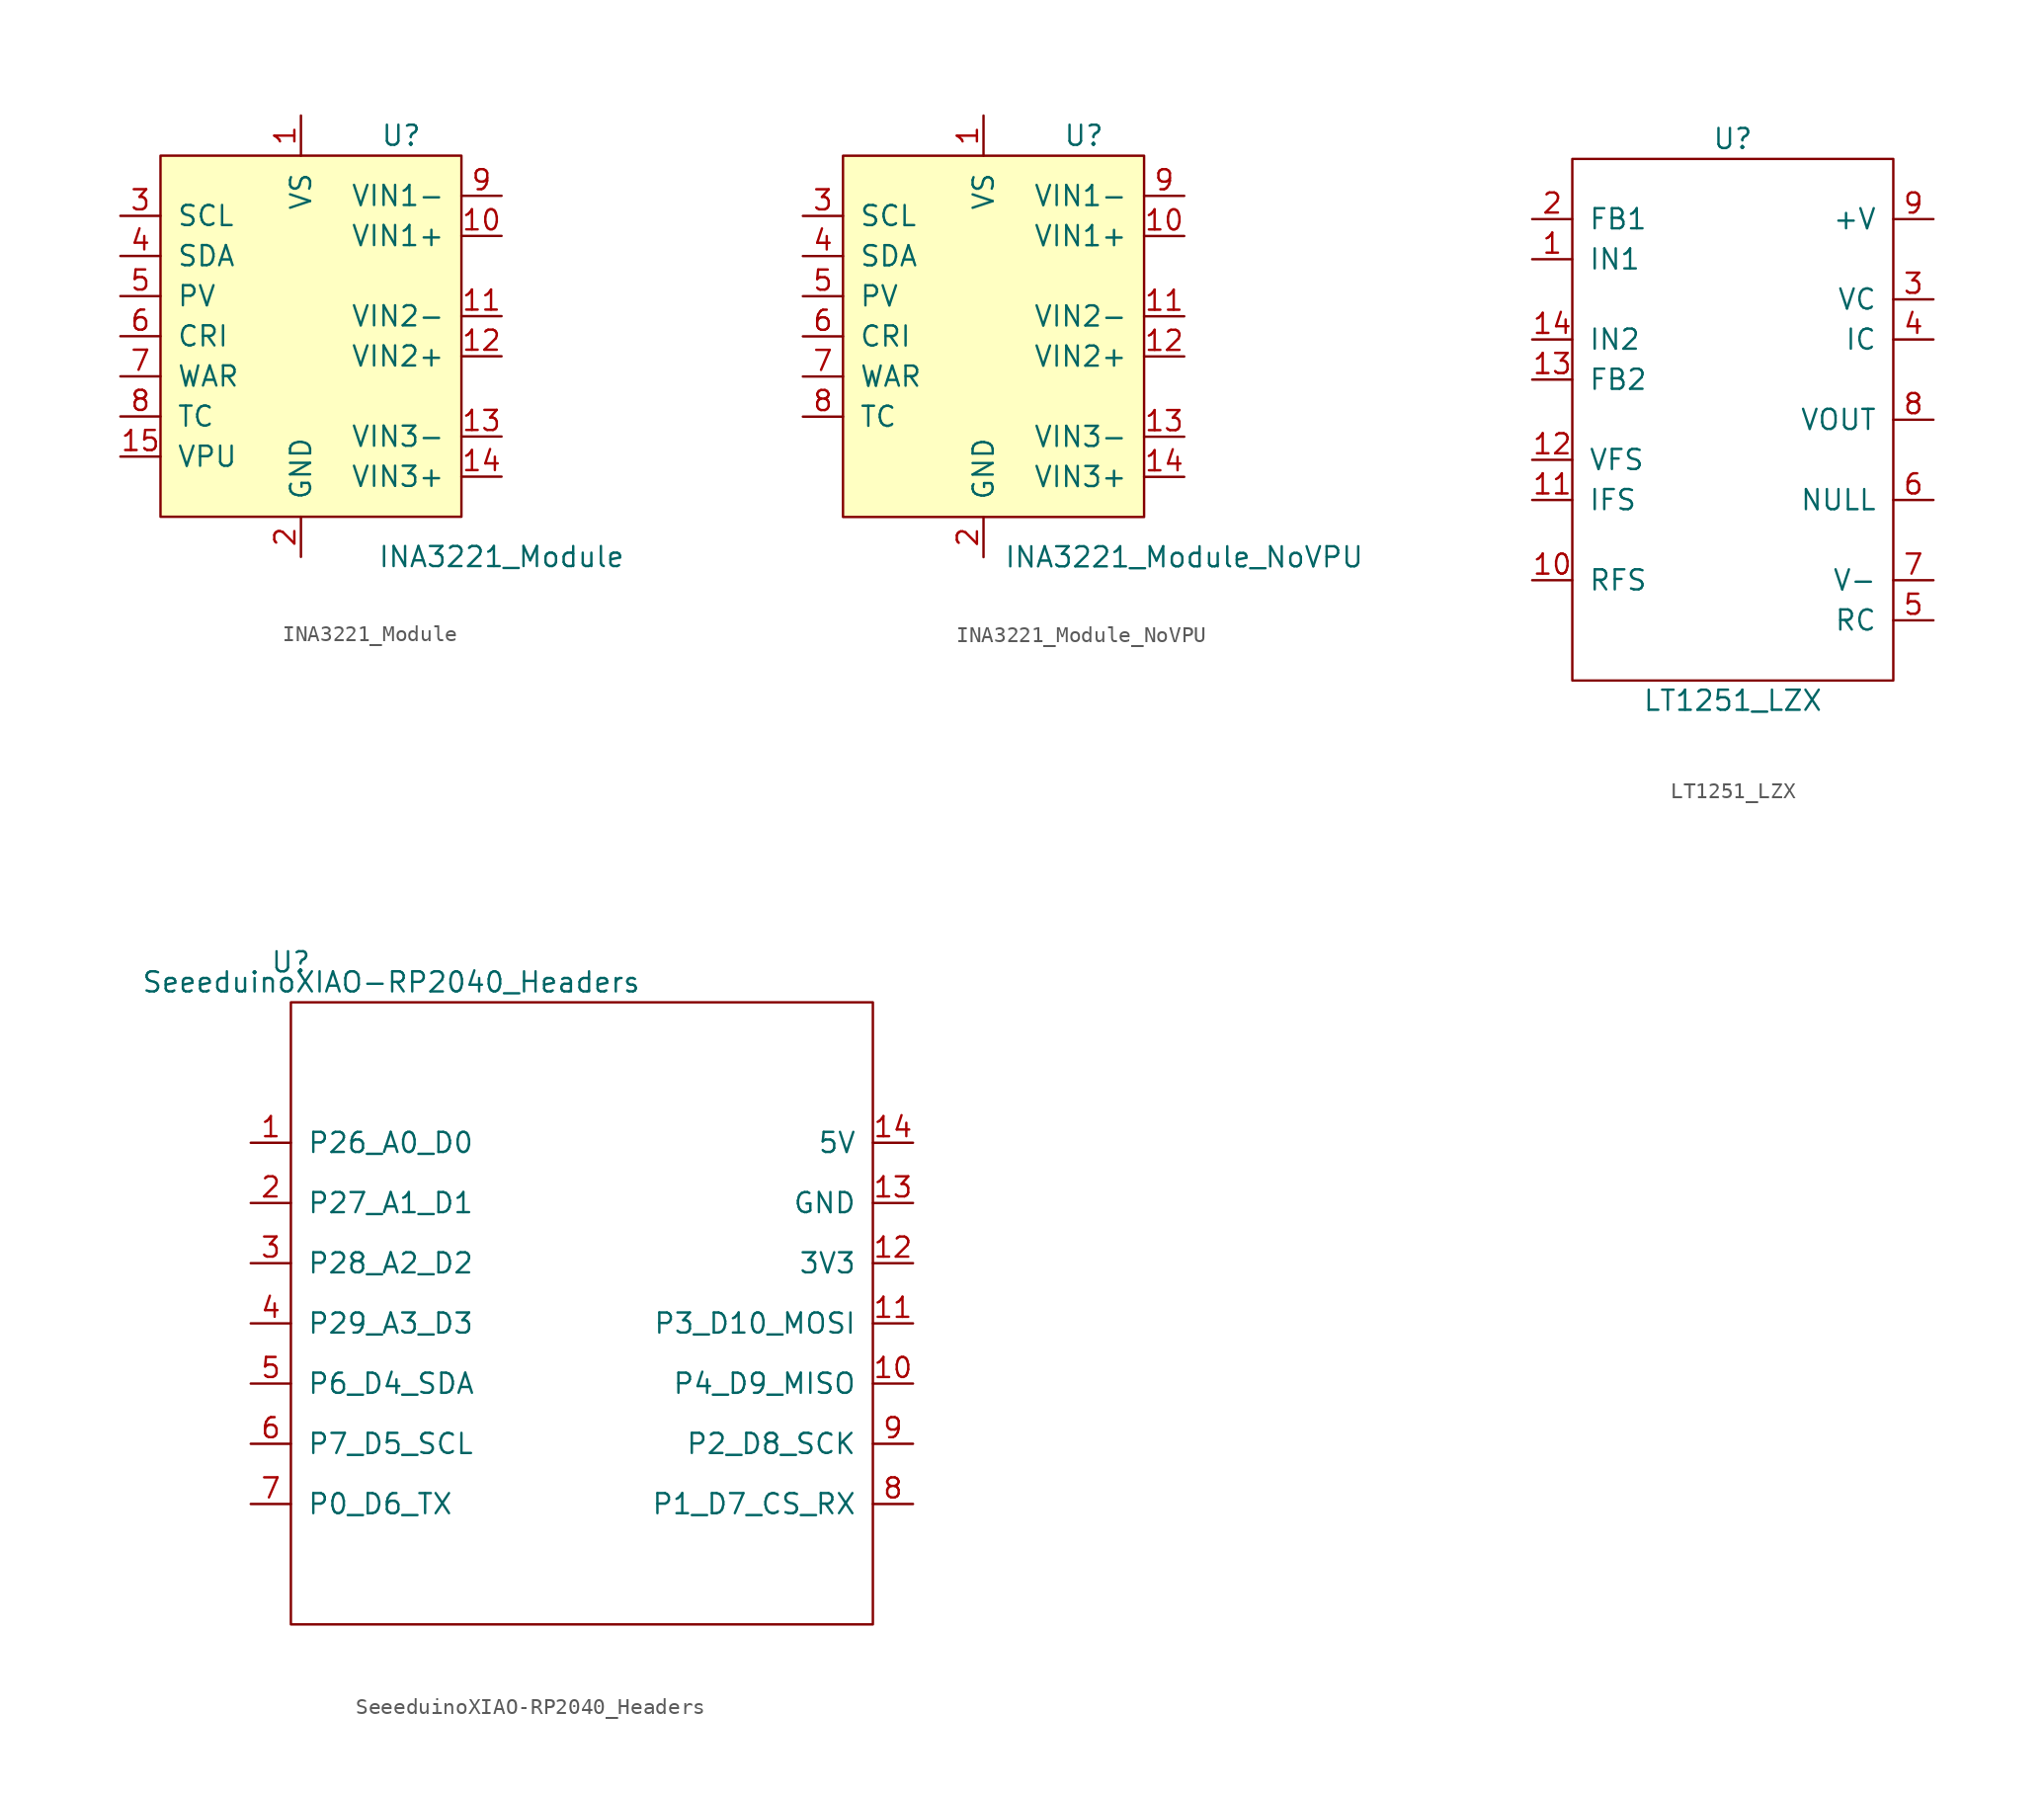
<source format=kicad_sym>
(kicad_symbol_lib
  (version 20220914)
  (generator kicad_symbol_editor)
  (symbol "INA3221_Module"
    (pin_names
      (offset 1.016))
    (property "Reference" "U"
      (at 6.35 12.7 0)
      (effects (font (size 1.27 1.27))))
    (property "Value" "INA3221_Module"
      (at 12.7 -13.97 0)
      (effects (font (size 1.27 1.27))))
    (symbol "INA3221_Module_0_1"
      (rectangle (start 10.16 11.43) (end -8.89 -11.43) (stroke (width 0) (type solid)) (fill (type background))))
    (symbol "INA3221_Module_1_1"
      (pin power_in line (at 0 13.97 270) (length 2.54) (name "VS" (effects (font (size 1.27 1.27)))) (number "1" (effects (font (size 1.27 1.27)))))
      (pin input line (at 12.7 6.35 180) (length 2.54) (name "VIN1+" (effects (font (size 1.27 1.27)))) (number "10" (effects (font (size 1.27 1.27)))))
      (pin input line (at 12.7 1.27 180) (length 2.54) (name "VIN2-" (effects (font (size 1.27 1.27)))) (number "11" (effects (font (size 1.27 1.27)))))
      (pin input line (at 12.7 -1.27 180) (length 2.54) (name "VIN2+" (effects (font (size 1.27 1.27)))) (number "12" (effects (font (size 1.27 1.27)))))
      (pin input line (at 12.7 -6.35 180) (length 2.54) (name "VIN3-" (effects (font (size 1.27 1.27)))) (number "13" (effects (font (size 1.27 1.27)))))
      (pin input line (at 12.7 -8.89 180) (length 2.54) (name "VIN3+" (effects (font (size 1.27 1.27)))) (number "14" (effects (font (size 1.27 1.27)))))
      (pin input line (at -11.43 -7.62 0) (length 2.54) (name "VPU" (effects (font (size 1.27 1.27)))) (number "15" (effects (font (size 1.27 1.27)))))
      (pin power_in line (at 0 -13.97 90) (length 2.54) (name "GND" (effects (font (size 1.27 1.27)))) (number "2" (effects (font (size 1.27 1.27)))))
      (pin input line (at -11.43 7.62 0) (length 2.54) (name "SCL" (effects (font (size 1.27 1.27)))) (number "3" (effects (font (size 1.27 1.27)))))
      (pin bidirectional line (at -11.43 5.08 0) (length 2.54) (name "SDA" (effects (font (size 1.27 1.27)))) (number "4" (effects (font (size 1.27 1.27)))))
      (pin output line (at -11.43 2.54 0) (length 2.54) (name "PV" (effects (font (size 1.27 1.27)))) (number "5" (effects (font (size 1.27 1.27)))))
      (pin output line (at -11.43 0 0) (length 2.54) (name "CRI" (effects (font (size 1.27 1.27)))) (number "6" (effects (font (size 1.27 1.27)))))
      (pin output line (at -11.43 -2.54 0) (length 2.54) (name "WAR" (effects (font (size 1.27 1.27)))) (number "7" (effects (font (size 1.27 1.27)))))
      (pin output line (at -11.43 -5.08 0) (length 2.54) (name "TC" (effects (font (size 1.27 1.27)))) (number "8" (effects (font (size 1.27 1.27)))))
      (pin input line (at 12.7 8.89 180) (length 2.54) (name "VIN1-" (effects (font (size 1.27 1.27)))) (number "9" (effects (font (size 1.27 1.27)))))))
  (symbol "INA3221_Module_NoVPU"
    (pin_names
      (offset 1.016))
    (property "Reference" "U"
      (at 6.35 12.7 0)
      (effects (font (size 1.27 1.27))))
    (property "Value" "INA3221_Module_NoVPU"
      (at 12.7 -13.97 0)
      (effects (font (size 1.27 1.27))))
    (symbol "INA3221_Module_NoVPU_0_1"
      (rectangle (start 10.16 11.43) (end -8.89 -11.43) (stroke (width 0) (type solid)) (fill (type background))))
    (symbol "INA3221_Module_NoVPU_1_1"
      (pin power_in line (at 0 13.97 270) (length 2.54) (name "VS" (effects (font (size 1.27 1.27)))) (number "1" (effects (font (size 1.27 1.27)))))
      (pin input line (at 12.7 6.35 180) (length 2.54) (name "VIN1+" (effects (font (size 1.27 1.27)))) (number "10" (effects (font (size 1.27 1.27)))))
      (pin input line (at 12.7 1.27 180) (length 2.54) (name "VIN2-" (effects (font (size 1.27 1.27)))) (number "11" (effects (font (size 1.27 1.27)))))
      (pin input line (at 12.7 -1.27 180) (length 2.54) (name "VIN2+" (effects (font (size 1.27 1.27)))) (number "12" (effects (font (size 1.27 1.27)))))
      (pin input line (at 12.7 -6.35 180) (length 2.54) (name "VIN3-" (effects (font (size 1.27 1.27)))) (number "13" (effects (font (size 1.27 1.27)))))
      (pin input line (at 12.7 -8.89 180) (length 2.54) (name "VIN3+" (effects (font (size 1.27 1.27)))) (number "14" (effects (font (size 1.27 1.27)))))
      (pin power_in line (at 0 -13.97 90) (length 2.54) (name "GND" (effects (font (size 1.27 1.27)))) (number "2" (effects (font (size 1.27 1.27)))))
      (pin input line (at -11.43 7.62 0) (length 2.54) (name "SCL" (effects (font (size 1.27 1.27)))) (number "3" (effects (font (size 1.27 1.27)))))
      (pin bidirectional line (at -11.43 5.08 0) (length 2.54) (name "SDA" (effects (font (size 1.27 1.27)))) (number "4" (effects (font (size 1.27 1.27)))))
      (pin output line (at -11.43 2.54 0) (length 2.54) (name "PV" (effects (font (size 1.27 1.27)))) (number "5" (effects (font (size 1.27 1.27)))))
      (pin output line (at -11.43 0 0) (length 2.54) (name "CRI" (effects (font (size 1.27 1.27)))) (number "6" (effects (font (size 1.27 1.27)))))
      (pin output line (at -11.43 -2.54 0) (length 2.54) (name "WAR" (effects (font (size 1.27 1.27)))) (number "7" (effects (font (size 1.27 1.27)))))
      (pin output line (at -11.43 -5.08 0) (length 2.54) (name "TC" (effects (font (size 1.27 1.27)))) (number "8" (effects (font (size 1.27 1.27)))))
      (pin input line (at 12.7 8.89 180) (length 2.54) (name "VIN1-" (effects (font (size 1.27 1.27)))) (number "9" (effects (font (size 1.27 1.27)))))))
  (symbol "LT1251_LZX"
    (pin_names
      (offset 1.016))
    (property "Reference" "U"
      (at 0 17.78 0)
      (effects (font (size 1.27 1.27))))
    (property "Value" "LT1251_LZX"
      (at 0 -17.78 0)
      (effects (font (size 1.27 1.27))))
    (symbol "LT1251_LZX_0_1"
      (rectangle (start 10.16 -16.51) (end -10.16 16.51) (stroke (width 0) (type solid)) (fill (type none))))
    (symbol "LT1251_LZX_1_1"
      (pin input line (at -12.7 10.16 0) (length 2.54) (name "IN1" (effects (font (size 1.27 1.27)))) (number "1" (effects (font (size 1.27 1.27)))))
      (pin input line (at -12.7 -10.16 0) (length 2.54) (name "RFS" (effects (font (size 1.27 1.27)))) (number "10" (effects (font (size 1.27 1.27)))))
      (pin input line (at -12.7 -5.08 0) (length 2.54) (name "IFS" (effects (font (size 1.27 1.27)))) (number "11" (effects (font (size 1.27 1.27)))))
      (pin input line (at -12.7 -2.54 0) (length 2.54) (name "VFS" (effects (font (size 1.27 1.27)))) (number "12" (effects (font (size 1.27 1.27)))))
      (pin input line (at -12.7 2.54 0) (length 2.54) (name "FB2" (effects (font (size 1.27 1.27)))) (number "13" (effects (font (size 1.27 1.27)))))
      (pin input line (at -12.7 5.08 0) (length 2.54) (name "IN2" (effects (font (size 1.27 1.27)))) (number "14" (effects (font (size 1.27 1.27)))))
      (pin input line (at -12.7 12.7 0) (length 2.54) (name "FB1" (effects (font (size 1.27 1.27)))) (number "2" (effects (font (size 1.27 1.27)))))
      (pin input line (at 12.7 7.62 180) (length 2.54) (name "VC" (effects (font (size 1.27 1.27)))) (number "3" (effects (font (size 1.27 1.27)))))
      (pin input line (at 12.7 5.08 180) (length 2.54) (name "IC" (effects (font (size 1.27 1.27)))) (number "4" (effects (font (size 1.27 1.27)))))
      (pin input line (at 12.7 -12.7 180) (length 2.54) (name "RC" (effects (font (size 1.27 1.27)))) (number "5" (effects (font (size 1.27 1.27)))))
      (pin input line (at 12.7 -5.08 180) (length 2.54) (name "NULL" (effects (font (size 1.27 1.27)))) (number "6" (effects (font (size 1.27 1.27)))))
      (pin power_in line (at 12.7 -10.16 180) (length 2.54) (name "V-" (effects (font (size 1.27 1.27)))) (number "7" (effects (font (size 1.27 1.27)))))
      (pin output line (at 12.7 0 180) (length 2.54) (name "VOUT" (effects (font (size 1.27 1.27)))) (number "8" (effects (font (size 1.27 1.27)))))
      (pin power_in line (at 12.7 12.7 180) (length 2.54) (name "+V" (effects (font (size 1.27 1.27)))) (number "9" (effects (font (size 1.27 1.27)))))))
  (symbol "SeeeduinoXIAO-RP2040_Headers"
    (pin_names
      (offset 1.016))
    (property "Reference" "U"
      (at -19.05 22.86 0)
      (effects (font (size 1.27 1.27))))
    (property "Value" "SeeeduinoXIAO-RP2040_Headers"
      (at -12.7 21.59 0)
      (effects (font (size 1.27 1.27))))
    (symbol "SeeeduinoXIAO-RP2040_Headers_0_1"
      (rectangle (start -19.05 20.32) (end 17.78 -19.05) (stroke (width 0) (type solid)) (fill (type none))))
    (symbol "SeeeduinoXIAO-RP2040_Headers_1_1"
      (pin unspecified line (at -21.59 11.43 0) (length 2.54) (name "P26_A0_D0" (effects (font (size 1.27 1.27)))) (number "1" (effects (font (size 1.27 1.27)))))
      (pin unspecified line (at 20.32 -3.81 180) (length 2.54) (name "P4_D9_MISO" (effects (font (size 1.27 1.27)))) (number "10" (effects (font (size 1.27 1.27)))))
      (pin unspecified line (at 20.32 0 180) (length 2.54) (name "P3_D10_MOSI" (effects (font (size 1.27 1.27)))) (number "11" (effects (font (size 1.27 1.27)))))
      (pin unspecified line (at 20.32 3.81 180) (length 2.54) (name "3V3" (effects (font (size 1.27 1.27)))) (number "12" (effects (font (size 1.27 1.27)))))
      (pin unspecified line (at 20.32 7.62 180) (length 2.54) (name "GND" (effects (font (size 1.27 1.27)))) (number "13" (effects (font (size 1.27 1.27)))))
      (pin unspecified line (at 20.32 11.43 180) (length 2.54) (name "5V" (effects (font (size 1.27 1.27)))) (number "14" (effects (font (size 1.27 1.27)))))
      (pin unspecified line (at -21.59 7.62 0) (length 2.54) (name "P27_A1_D1" (effects (font (size 1.27 1.27)))) (number "2" (effects (font (size 1.27 1.27)))))
      (pin unspecified line (at -21.59 3.81 0) (length 2.54) (name "P28_A2_D2" (effects (font (size 1.27 1.27)))) (number "3" (effects (font (size 1.27 1.27)))))
      (pin unspecified line (at -21.59 0 0) (length 2.54) (name "P29_A3_D3" (effects (font (size 1.27 1.27)))) (number "4" (effects (font (size 1.27 1.27)))))
      (pin unspecified line (at -21.59 -3.81 0) (length 2.54) (name "P6_D4_SDA" (effects (font (size 1.27 1.27)))) (number "5" (effects (font (size 1.27 1.27)))))
      (pin unspecified line (at -21.59 -7.62 0) (length 2.54) (name "P7_D5_SCL" (effects (font (size 1.27 1.27)))) (number "6" (effects (font (size 1.27 1.27)))))
      (pin unspecified line (at -21.59 -11.43 0) (length 2.54) (name "P0_D6_TX" (effects (font (size 1.27 1.27)))) (number "7" (effects (font (size 1.27 1.27)))))
      (pin unspecified line (at 20.32 -11.43 180) (length 2.54) (name "P1_D7_CS_RX" (effects (font (size 1.27 1.27)))) (number "8" (effects (font (size 1.27 1.27)))))
      (pin unspecified line (at 20.32 -7.62 180) (length 2.54) (name "P2_D8_SCK" (effects (font (size 1.27 1.27)))) (number "9" (effects (font (size 1.27 1.27))))))))
</source>
